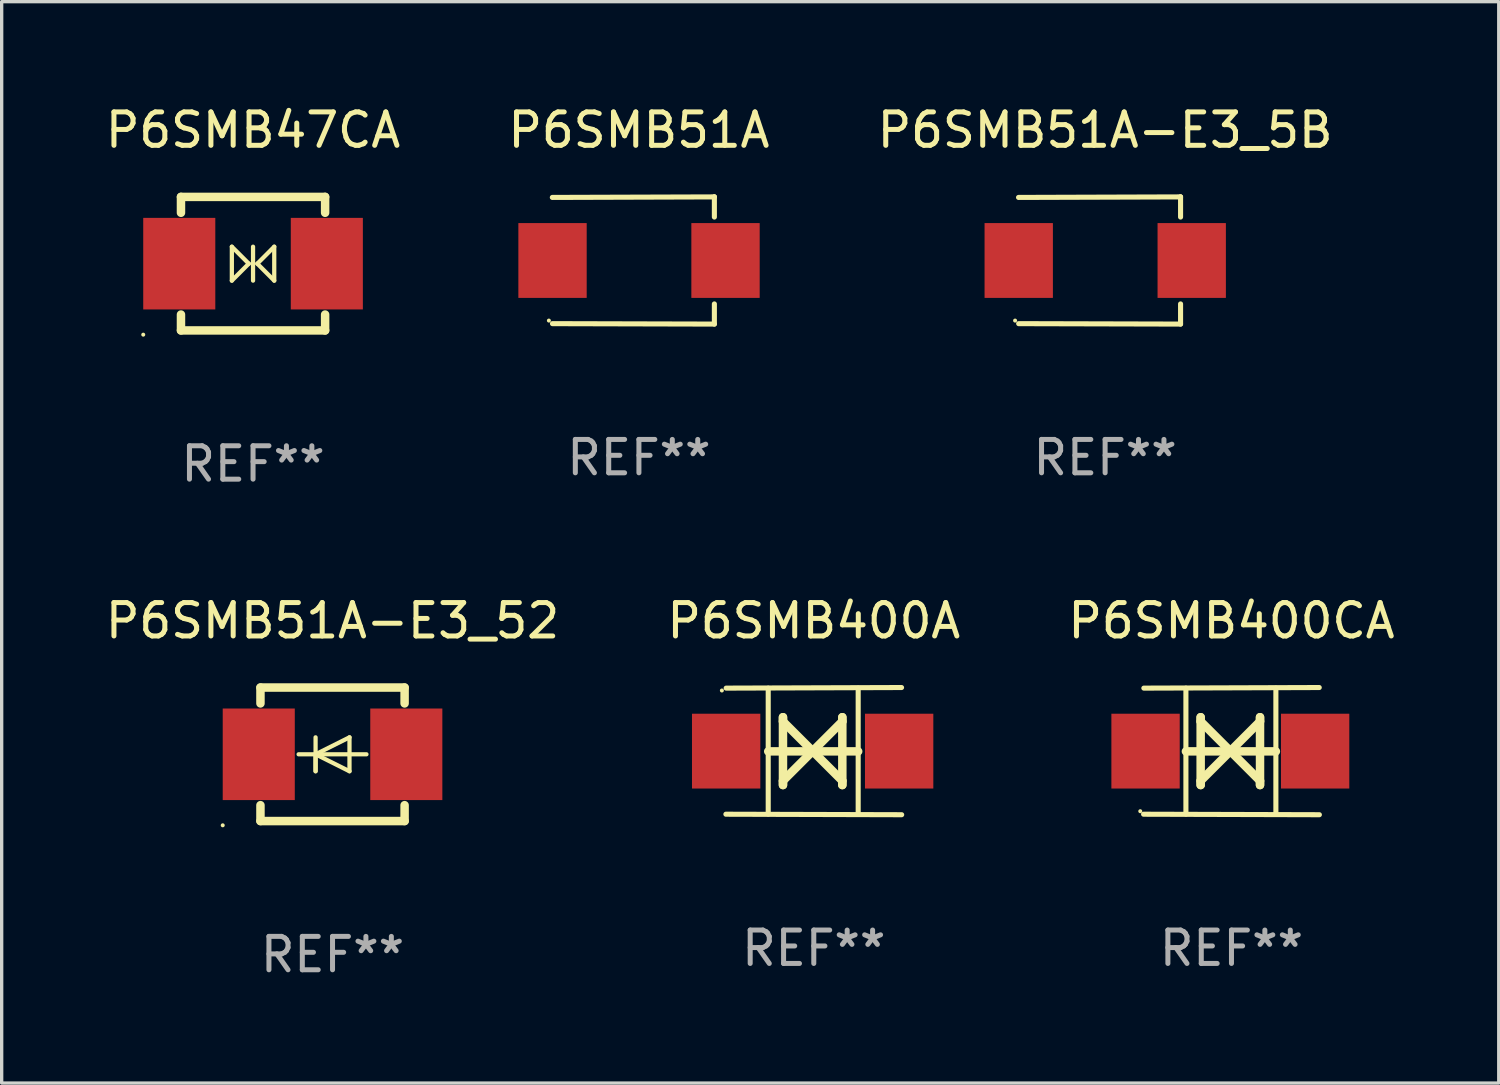
<source format=kicad_pcb>
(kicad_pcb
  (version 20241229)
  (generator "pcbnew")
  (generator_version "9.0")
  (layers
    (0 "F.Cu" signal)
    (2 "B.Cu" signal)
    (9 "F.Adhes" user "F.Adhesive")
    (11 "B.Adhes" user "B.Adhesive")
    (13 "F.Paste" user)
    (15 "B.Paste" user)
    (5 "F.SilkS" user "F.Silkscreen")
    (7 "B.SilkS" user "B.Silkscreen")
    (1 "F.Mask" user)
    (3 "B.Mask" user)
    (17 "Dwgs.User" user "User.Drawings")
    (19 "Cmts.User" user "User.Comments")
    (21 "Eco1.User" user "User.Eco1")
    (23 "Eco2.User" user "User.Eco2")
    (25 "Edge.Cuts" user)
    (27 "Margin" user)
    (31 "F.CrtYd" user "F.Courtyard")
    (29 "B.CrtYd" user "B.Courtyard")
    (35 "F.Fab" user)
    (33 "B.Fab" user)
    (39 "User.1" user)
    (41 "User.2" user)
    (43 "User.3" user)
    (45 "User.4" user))
  (footprint "P6SMB51A-E3_5B"
    (layer "F.Cu")
    (at 30.054 4.753)
    (property "Reference" "P6SMB51A-E3_5B" (at 0 -3.905 0) (layer "F.SilkS") (effects (font (size 1 1) (thickness 0.15))))
    (attr through_hole)
    (fp_line (start 2.256 -1.905) (end -2.594 -1.889) (stroke (width 0.152) (type solid)) (layer "F.SilkS"))
    (fp_line (start 2.256 -1.905) (end 2.26 -1.905) (stroke (width 0.152) (type solid)) (layer "F.SilkS"))
    (fp_line (start 2.26 -1.905) (end 2.26 -1.301) (stroke (width 0.152) (type solid)) (layer "F.SilkS"))
    (fp_line (start 2.26 1.301) (end 2.26 1.905) (stroke (width 0.152) (type solid)) (layer "F.SilkS"))
    (fp_line (start 2.26 1.905) (end -2.59 1.892) (stroke (width 0.152) (type solid)) (layer "F.SilkS"))
    (fp_circle (center -2.697 1.8) (end -2.667 1.8) (stroke (width 0.06) (type solid)) (fill no) (layer "F.SilkS"))
    (fp_text user "REF**" (at 0 5.905 0) (layer "F.Fab") (effects (font (size 1 1) (thickness 0.15))))
    (pad "1" smd rect (at -2.588 0) (size 2.047 2.241) (layers "F.Cu" "F.Mask" "F.Paste"))
    (pad "2" smd rect (at 2.594 0) (size 2.047 2.241) (layers "F.Cu" "F.Mask" "F.Paste")))
  (footprint "P6SMB51A-E3_52"
    (layer "F.Cu")
    (at 6.911 19.545)
    (property "Reference" "P6SMB51A-E3_52" (at 0 -4 0) (layer "F.SilkS") (effects (font (size 1 1) (thickness 0.15))))
    (attr through_hole)
    (fp_line (start -2.159 -2) (end 2.159 -2) (stroke (width 0.254) (type solid)) (layer "F.SilkS"))
    (fp_line (start -2.159 -1.524) (end -2.159 -2) (stroke (width 0.254) (type solid)) (layer "F.SilkS"))
    (fp_line (start -2.159 1.524) (end -2.159 2) (stroke (width 0.254) (type solid)) (layer "F.SilkS"))
    (fp_line (start -2.159 2) (end 2.159 2) (stroke (width 0.254) (type solid)) (layer "F.SilkS"))
    (fp_line (start -0.508 0) (end -0.508 0.508) (stroke (width 0.127) (type solid)) (layer "F.SilkS"))
    (fp_line (start -0.508 0) (end 0.508 0.508) (stroke (width 0.127) (type solid)) (layer "F.SilkS"))
    (fp_line (start -0.508 0.508) (end -0.508 -0.508) (stroke (width 0.127) (type solid)) (layer "F.SilkS"))
    (fp_line (start 0.508 -0.508) (end -0.508 0) (stroke (width 0.127) (type solid)) (layer "F.SilkS"))
    (fp_line (start 0.508 0.508) (end 0.508 -0.508) (stroke (width 0.127) (type solid)) (layer "F.SilkS"))
    (fp_line (start 1.016 0) (end -1.016 0) (stroke (width 0.127) (type solid)) (layer "F.SilkS"))
    (fp_line (start 2.159 -2) (end 2.159 -1.524) (stroke (width 0.254) (type solid)) (layer "F.SilkS"))
    (fp_line (start 2.159 2) (end 2.159 1.524) (stroke (width 0.254) (type solid)) (layer "F.SilkS"))
    (fp_circle (center -3.289 2.127) (end -3.259 2.127) (stroke (width 0.06) (type solid)) (fill no) (layer "F.SilkS"))
    (fp_text user "REF**" (at 0 6 0) (layer "F.Fab") (effects (font (size 1 1) (thickness 0.15))))
    (pad "1" smd rect (at -2.21 0 180) (size 2.159 2.743) (layers "F.Cu" "F.Mask" "F.Paste"))
    (pad "2" smd rect (at 2.21 0 180) (size 2.159 2.743) (layers "F.Cu" "F.Mask" "F.Paste")))
  (footprint "P6SMB51A"
    (layer "F.Cu")
    (at 16.089 4.753)
    (property "Reference" "P6SMB51A" (at 0 -3.905 0) (layer "F.SilkS") (effects (font (size 1 1) (thickness 0.15))))
    (attr through_hole)
    (fp_line (start 2.256 -1.905) (end -2.594 -1.889) (stroke (width 0.152) (type solid)) (layer "F.SilkS"))
    (fp_line (start 2.256 -1.905) (end 2.26 -1.905) (stroke (width 0.152) (type solid)) (layer "F.SilkS"))
    (fp_line (start 2.26 -1.905) (end 2.26 -1.301) (stroke (width 0.152) (type solid)) (layer "F.SilkS"))
    (fp_line (start 2.26 1.301) (end 2.26 1.905) (stroke (width 0.152) (type solid)) (layer "F.SilkS"))
    (fp_line (start 2.26 1.905) (end -2.59 1.892) (stroke (width 0.152) (type solid)) (layer "F.SilkS"))
    (fp_circle (center -2.697 1.8) (end -2.667 1.8) (stroke (width 0.06) (type solid)) (fill no) (layer "F.SilkS"))
    (fp_text user "REF**" (at 0 5.905 0) (layer "F.Fab") (effects (font (size 1 1) (thickness 0.15))))
    (pad "1" smd rect (at -2.588 0) (size 2.047 2.241) (layers "F.Cu" "F.Mask" "F.Paste"))
    (pad "2" smd rect (at 2.594 0) (size 2.047 2.241) (layers "F.Cu" "F.Mask" "F.Paste")))
  (footprint "P6SMB400CA"
    (layer "F.Cu")
    (at 33.839 19.45)
    (property "Reference" "P6SMB400CA" (at 0 -3.905 0) (layer "F.SilkS") (effects (font (size 1 1) (thickness 0.15))))
    (attr through_hole)
    (fp_line (start -1.365 1.886) (end -1.365 -1.886) (stroke (width 0.152) (type solid)) (layer "F.SilkS"))
    (fp_line (start -1.365 0.008) (end 1.33 0.008) (stroke (width 0.254) (type solid)) (layer "F.SilkS"))
    (fp_line (start -0.923 -1.016) (end -0.923 1.016) (stroke (width 0.254) (type solid)) (layer "F.SilkS"))
    (fp_line (start -0.923 -0.889) (end -0.923 -1.016) (stroke (width 0.254) (type solid)) (layer "F.SilkS"))
    (fp_line (start -0.923 0.889) (end -0.034 0) (stroke (width 0.254) (type solid)) (layer "F.SilkS"))
    (fp_line (start -0.923 1.016) (end -0.923 0.889) (stroke (width 0.254) (type solid)) (layer "F.SilkS"))
    (fp_line (start -0.034 0) (end -0.923 -0.889) (stroke (width 0.254) (type solid)) (layer "F.SilkS"))
    (fp_line (start -0.034 0) (end 0.855 0.889) (stroke (width 0.254) (type solid)) (layer "F.SilkS"))
    (fp_line (start 0.855 -1.016) (end 0.855 -0.889) (stroke (width 0.254) (type solid)) (layer "F.SilkS"))
    (fp_line (start 0.855 -0.889) (end -0.034 0) (stroke (width 0.254) (type solid)) (layer "F.SilkS"))
    (fp_line (start 0.855 0.889) (end 0.855 1.016) (stroke (width 0.254) (type solid)) (layer "F.SilkS"))
    (fp_line (start 0.855 1.016) (end 0.855 -1.016) (stroke (width 0.254) (type solid)) (layer "F.SilkS"))
    (fp_line (start 1.33 1.886) (end 1.33 -1.886) (stroke (width 0.152) (type solid)) (layer "F.SilkS"))
    (fp_line (start 2.629 -1.905) (end -2.625 -1.887) (stroke (width 0.152) (type solid)) (layer "F.SilkS"))
    (fp_line (start 2.633 1.905) (end -2.633 1.89) (stroke (width 0.152) (type solid)) (layer "F.SilkS"))
    (fp_circle (center -2.732 1.8) (end -2.702 1.8) (stroke (width 0.06) (type solid)) (fill no) (layer "F.SilkS"))
    (fp_text user "REF**" (at 0 5.905 0) (layer "F.Fab") (effects (font (size 1 1) (thickness 0.15))))
    (pad "1" smd rect (at -2.574 0) (size 2.047 2.241) (layers "F.Cu" "F.Mask" "F.Paste"))
    (pad "2" smd rect (at 2.506 0) (size 2.047 2.241) (layers "F.Cu" "F.Mask" "F.Paste")))
  (footprint "P6SMB47CA"
    (layer "F.Cu")
    (at 4.53 4.848)
    (property "Reference" "P6SMB47CA" (at 0 -4 0) (layer "F.SilkS") (effects (font (size 1 1) (thickness 0.15))))
    (attr through_hole)
    (fp_line (start -2.159 -2) (end 2.159 -2) (stroke (width 0.254) (type solid)) (layer "F.SilkS"))
    (fp_line (start -2.159 -1.524) (end -2.159 -2) (stroke (width 0.254) (type solid)) (layer "F.SilkS"))
    (fp_line (start -2.159 1.524) (end -2.159 2) (stroke (width 0.254) (type solid)) (layer "F.SilkS"))
    (fp_line (start -2.159 2) (end 2.159 2) (stroke (width 0.254) (type solid)) (layer "F.SilkS"))
    (fp_line (start -0.635 -0.508) (end -0.127 0) (stroke (width 0.127) (type solid)) (layer "F.SilkS"))
    (fp_line (start -0.635 0.508) (end -0.635 -0.508) (stroke (width 0.127) (type solid)) (layer "F.SilkS"))
    (fp_line (start -0.127 0) (end -0.635 0.508) (stroke (width 0.127) (type solid)) (layer "F.SilkS"))
    (fp_line (start 0 0.508) (end 0 -0.508) (stroke (width 0.127) (type solid)) (layer "F.SilkS"))
    (fp_line (start 0.127 0) (end 0.635 -0.508) (stroke (width 0.127) (type solid)) (layer "F.SilkS"))
    (fp_line (start 0.635 -0.508) (end 0.635 0.508) (stroke (width 0.127) (type solid)) (layer "F.SilkS"))
    (fp_line (start 0.635 0.508) (end 0.127 0) (stroke (width 0.127) (type solid)) (layer "F.SilkS"))
    (fp_line (start 2.159 -2) (end 2.159 -1.524) (stroke (width 0.254) (type solid)) (layer "F.SilkS"))
    (fp_line (start 2.159 2) (end 2.159 1.524) (stroke (width 0.254) (type solid)) (layer "F.SilkS"))
    (fp_circle (center -3.289 2.127) (end -3.259 2.127) (stroke (width 0.06) (type solid)) (fill no) (layer "F.SilkS"))
    (fp_text user "REF**" (at 0 6 0) (layer "F.Fab") (effects (font (size 1 1) (thickness 0.15))))
    (pad "1" smd rect (at -2.21 0 180) (size 2.159 2.743) (layers "F.Cu" "F.Mask" "F.Paste"))
    (pad "2" smd rect (at 2.21 0 180) (size 2.159 2.743) (layers "F.Cu" "F.Mask" "F.Paste")))
  (footprint "P6SMB400A"
    (layer "F.Cu")
    (at 21.327 19.45)
    (property "Reference" "P6SMB400A" (at 0 -3.905 0) (layer "F.SilkS") (effects (font (size 1 1) (thickness 0.15))))
    (attr through_hole)
    (fp_line (start -1.365 1.886) (end -1.365 -1.886) (stroke (width 0.152) (type solid)) (layer "F.SilkS"))
    (fp_line (start -1.365 0.008) (end 1.33 0.008) (stroke (width 0.254) (type solid)) (layer "F.SilkS"))
    (fp_line (start -0.923 -1.016) (end -0.923 1.016) (stroke (width 0.254) (type solid)) (layer "F.SilkS"))
    (fp_line (start -0.923 -0.889) (end -0.923 -1.016) (stroke (width 0.254) (type solid)) (layer "F.SilkS"))
    (fp_line (start -0.923 0.889) (end -0.034 0) (stroke (width 0.254) (type solid)) (layer "F.SilkS"))
    (fp_line (start -0.923 1.016) (end -0.923 0.889) (stroke (width 0.254) (type solid)) (layer "F.SilkS"))
    (fp_line (start -0.034 0) (end -0.923 -0.889) (stroke (width 0.254) (type solid)) (layer "F.SilkS"))
    (fp_line (start -0.034 0) (end 0.855 0.889) (stroke (width 0.254) (type solid)) (layer "F.SilkS"))
    (fp_line (start 0.855 -1.016) (end 0.855 -0.889) (stroke (width 0.254) (type solid)) (layer "F.SilkS"))
    (fp_line (start 0.855 -0.889) (end -0.034 0) (stroke (width 0.254) (type solid)) (layer "F.SilkS"))
    (fp_line (start 0.855 0.889) (end 0.855 1.016) (stroke (width 0.254) (type solid)) (layer "F.SilkS"))
    (fp_line (start 0.855 1.016) (end 0.855 -1.016) (stroke (width 0.254) (type solid)) (layer "F.SilkS"))
    (fp_line (start 1.33 1.886) (end 1.33 -1.886) (stroke (width 0.152) (type solid)) (layer "F.SilkS"))
    (fp_line (start 2.629 -1.905) (end -2.625 -1.887) (stroke (width 0.152) (type solid)) (layer "F.SilkS"))
    (fp_line (start 2.633 1.905) (end -2.633 1.89) (stroke (width 0.152) (type solid)) (layer "F.SilkS"))
    (fp_circle (center -2.753 -1.816) (end -2.723 -1.816) (stroke (width 0.06) (type solid)) (fill no) (layer "F.SilkS"))
    (fp_text user "REF**" (at 0 5.905 0) (layer "F.Fab") (effects (font (size 1 1) (thickness 0.15))))
    (pad "1" smd rect (at -2.625 0) (size 2.047 2.241) (layers "F.Cu" "F.Mask" "F.Paste"))
    (pad "2" smd rect (at 2.557 0) (size 2.047 2.241) (layers "F.Cu" "F.Mask" "F.Paste")))
  (gr_rect
    (start -3 -3)
    (end 41.845 29.393)
    (stroke (width 0.1) (type default))
    (fill no)
    (layer "Edge.Cuts")))
</source>
